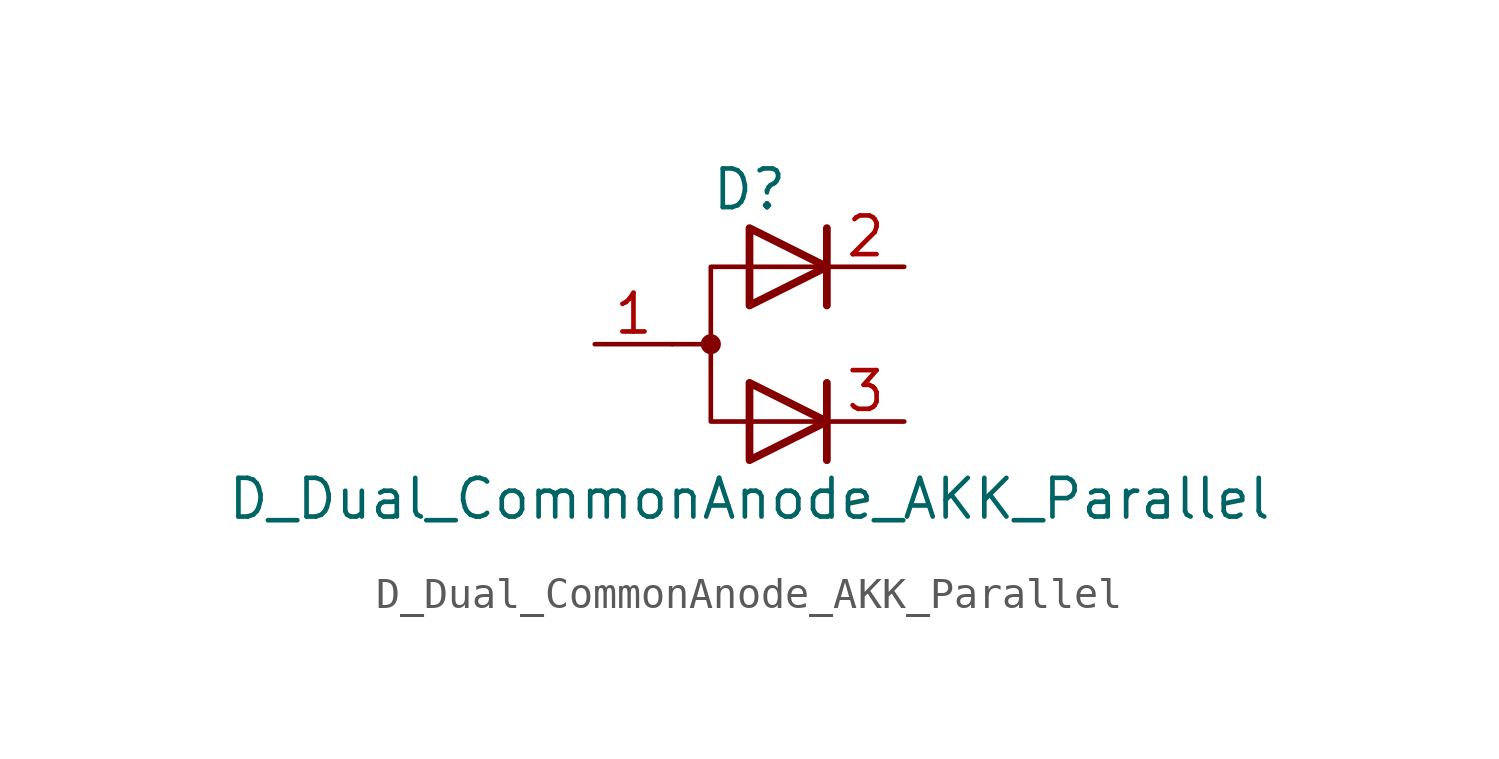
<source format=kicad_sym>
(kicad_symbol_lib
  (version 20201005)
  (generator kicad_symbol_editor)
  (symbol "D_Dual_CommonAnode_AKK_Parallel"
    (pin_names
      (offset 0.762) hide)
    (property "Reference" "D"
      (at 0 5.08 0)
      (effects (font (size 1.27 1.27))))
    (property "Value" "D_Dual_CommonAnode_AKK_Parallel"
      (at 0 -5.08 0)
      (effects (font (size 1.27 1.27))))
    (symbol "D_Dual_CommonAnode_AKK_Parallel_0_0"
      (polyline (pts (xy 2.54 -1.27) (xy 2.54 -3.81)) (stroke (width 0.254)) (fill (type none)))
      (polyline (pts (xy 2.54 3.81) (xy 2.54 1.27)) (stroke (width 0.254)) (fill (type none))))
    (symbol "D_Dual_CommonAnode_AKK_Parallel_0_1"
      (circle (center -1.27 0) (radius 0.254) (stroke (width 0)) (fill (type outline)))
      (polyline (pts (xy -1.27 0) (xy -2.54 0)) (stroke (width 0)) (fill (type none)))
      (polyline (pts (xy 2.54 2.54) (xy -1.27 2.54) (xy -1.27 -2.54) (xy 2.54 -2.54)) (stroke (width 0)) (fill (type none)))
      (polyline (pts (xy 0 -1.27) (xy 2.54 -2.54) (xy 0 -3.81) (xy 0 -1.27) (xy 0 -1.27) (xy 0 -1.27)) (stroke (width 0.254)) (fill (type none)))
      (polyline (pts (xy 0 3.81) (xy 2.54 2.54) (xy 0 1.27) (xy 0 3.81) (xy 0 3.81) (xy 0 3.81)) (stroke (width 0.254)) (fill (type none)))
      (pin passive line (at -5.08 0 0) (length 2.54) (name "A" (effects (font (size 1.27 1.27)))) (number "1" (effects (font (size 1.27 1.27)))))
      (pin passive line (at 5.08 2.54 180) (length 2.54) (name "K" (effects (font (size 1.27 1.27)))) (number "2" (effects (font (size 1.27 1.27)))))
      (pin passive line (at 5.08 -2.54 180) (length 2.54) (name "K" (effects (font (size 1.27 1.27)))) (number "3" (effects (font (size 1.27 1.27))))))))
</source>
